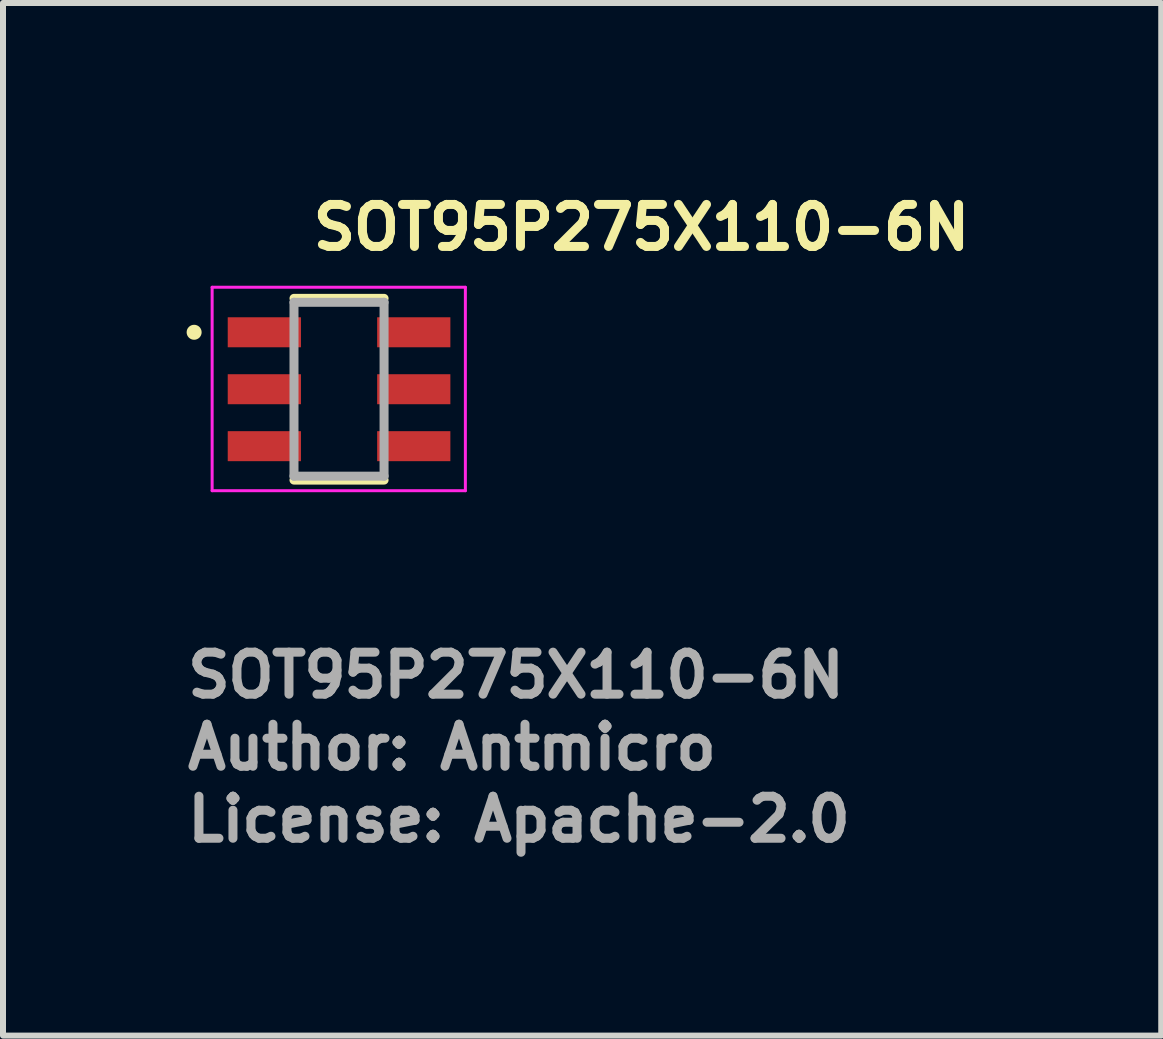
<source format=kicad_pcb>
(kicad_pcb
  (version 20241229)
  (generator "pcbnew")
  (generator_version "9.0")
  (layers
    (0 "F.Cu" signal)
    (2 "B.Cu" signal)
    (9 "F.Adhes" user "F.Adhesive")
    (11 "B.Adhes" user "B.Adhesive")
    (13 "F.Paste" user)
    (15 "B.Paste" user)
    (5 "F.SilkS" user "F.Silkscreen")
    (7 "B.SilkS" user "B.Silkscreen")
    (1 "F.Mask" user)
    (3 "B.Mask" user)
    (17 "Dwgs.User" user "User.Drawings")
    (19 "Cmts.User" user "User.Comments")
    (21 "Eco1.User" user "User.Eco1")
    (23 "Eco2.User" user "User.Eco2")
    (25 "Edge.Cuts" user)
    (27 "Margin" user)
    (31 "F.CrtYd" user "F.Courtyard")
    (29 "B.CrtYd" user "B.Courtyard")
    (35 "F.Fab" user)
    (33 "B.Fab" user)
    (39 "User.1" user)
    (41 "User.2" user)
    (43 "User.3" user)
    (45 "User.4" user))
  (footprint "SOT95P275X110-6N"
    (layer "F.Cu")
    (at 1.355 2.487)
    (property "Reference" "SOT95P275X110-6N" (at 0.736 -1.337 0) (layer "F.SilkS") (effects (font (size 0.7 0.7) (thickness 0.15)) (justify left bottom)))
    (attr smd)
    (fp_line (start 0.494 -0.565) (end 1.995 -0.565) (stroke (width 0.15) (type solid)) (layer "F.SilkS"))
    (fp_line (start 0.494 2.463) (end 1.995 2.463) (stroke (width 0.15) (type solid)) (layer "F.SilkS"))
    (fp_circle (center -1.17 0) (end -1.12 0) (stroke (width 0.15) (type solid)) (fill yes) (layer "F.SilkS"))
    (fp_line (start -0.87 -0.75) (end 3.35 -0.75) (stroke (width 0.05) (type solid)) (layer "F.CrtYd"))
    (fp_line (start -0.87 2.64) (end -0.87 -0.75) (stroke (width 0.05) (type solid)) (layer "F.CrtYd"))
    (fp_line (start 3.35 -0.75) (end 3.35 2.64) (stroke (width 0.05) (type solid)) (layer "F.CrtYd"))
    (fp_line (start 3.35 2.64) (end -0.87 2.64) (stroke (width 0.05) (type solid)) (layer "F.CrtYd"))
    (fp_line (start 0.494 -0.5) (end 1.995 -0.5) (stroke (width 0.15) (type solid)) (layer "F.Fab"))
    (fp_line (start 0.494 2.398) (end 0.494 -0.5) (stroke (width 0.15) (type solid)) (layer "F.Fab"))
    (fp_line (start 1.995 -0.5) (end 1.995 2.398) (stroke (width 0.15) (type solid)) (layer "F.Fab"))
    (fp_line (start 1.995 2.398) (end 0.494 2.398) (stroke (width 0.15) (type solid)) (layer "F.Fab"))
    (fp_rect (start -0.131 -0.5) (end 2.62 2.398) (stroke (width 0.1) (type solid)) (fill no) (layer "User.5"))
    (fp_line (start -0.131 -0.164) (end 0.062 -0.164) (stroke (width 0.02) (type solid)) (layer "User.9"))
    (fp_line (start -0.131 0.162) (end -0.131 -0.164) (stroke (width 0.02) (type solid)) (layer "User.9"))
    (fp_line (start -0.131 0.162) (end 0.062 0.162) (stroke (width 0.02) (type solid)) (layer "User.9"))
    (fp_line (start -0.131 0.787) (end 0.062 0.787) (stroke (width 0.02) (type solid)) (layer "User.9"))
    (fp_line (start -0.131 1.112) (end -0.131 0.787) (stroke (width 0.02) (type solid)) (layer "User.9"))
    (fp_line (start -0.131 1.112) (end 0.062 1.112) (stroke (width 0.02) (type solid)) (layer "User.9"))
    (fp_line (start -0.131 1.737) (end 0.062 1.737) (stroke (width 0.02) (type solid)) (layer "User.9"))
    (fp_line (start -0.131 2.061) (end -0.131 1.737) (stroke (width 0.02) (type solid)) (layer "User.9"))
    (fp_line (start -0.131 2.061) (end 0.062 2.061) (stroke (width 0.02) (type solid)) (layer "User.9"))
    (fp_line (start 0.062 -0.164) (end 0.107 -0.164) (stroke (width 0.02) (type solid)) (layer "User.9"))
    (fp_line (start 0.062 0.162) (end 0.107 0.162) (stroke (width 0.02) (type solid)) (layer "User.9"))
    (fp_line (start 0.062 0.787) (end 0.107 0.787) (stroke (width 0.02) (type solid)) (layer "User.9"))
    (fp_line (start 0.062 1.112) (end 0.107 1.112) (stroke (width 0.02) (type solid)) (layer "User.9"))
    (fp_line (start 0.062 1.737) (end 0.107 1.737) (stroke (width 0.02) (type solid)) (layer "User.9"))
    (fp_line (start 0.062 2.061) (end 0.107 2.061) (stroke (width 0.02) (type solid)) (layer "User.9"))
    (fp_line (start 0.107 -0.164) (end 0.318 -0.164) (stroke (width 0.02) (type solid)) (layer "User.9"))
    (fp_line (start 0.107 0.162) (end 0.318 0.162) (stroke (width 0.02) (type solid)) (layer "User.9"))
    (fp_line (start 0.107 0.787) (end 0.318 0.787) (stroke (width 0.02) (type solid)) (layer "User.9"))
    (fp_line (start 0.107 1.112) (end 0.318 1.112) (stroke (width 0.02) (type solid)) (layer "User.9"))
    (fp_line (start 0.107 1.737) (end 0.318 1.737) (stroke (width 0.02) (type solid)) (layer "User.9"))
    (fp_line (start 0.107 2.061) (end 0.318 2.061) (stroke (width 0.02) (type solid)) (layer "User.9"))
    (fp_line (start 0.318 -0.164) (end 0.526 -0.164) (stroke (width 0.02) (type solid)) (layer "User.9"))
    (fp_line (start 0.318 0.162) (end 0.526 0.162) (stroke (width 0.02) (type solid)) (layer "User.9"))
    (fp_line (start 0.318 0.787) (end 0.526 0.787) (stroke (width 0.02) (type solid)) (layer "User.9"))
    (fp_line (start 0.318 1.112) (end 0.526 1.112) (stroke (width 0.02) (type solid)) (layer "User.9"))
    (fp_line (start 0.318 1.737) (end 0.526 1.737) (stroke (width 0.02) (type solid)) (layer "User.9"))
    (fp_line (start 0.318 2.061) (end 0.526 2.061) (stroke (width 0.02) (type solid)) (layer "User.9"))
    (fp_line (start 0.494 -0.5) (end 0.494 -0.164) (stroke (width 0.02) (type solid)) (layer "User.9"))
    (fp_line (start 0.494 0.162) (end 0.494 0.787) (stroke (width 0.02) (type solid)) (layer "User.9"))
    (fp_line (start 0.494 1.112) (end 0.494 1.737) (stroke (width 0.02) (type solid)) (layer "User.9"))
    (fp_line (start 0.494 2.061) (end 0.494 2.398) (stroke (width 0.02) (type solid)) (layer "User.9"))
    (fp_line (start 0.526 0.162) (end 0.526 -0.164) (stroke (width 0.02) (type solid)) (layer "User.9"))
    (fp_line (start 0.526 1.112) (end 0.526 0.787) (stroke (width 0.02) (type solid)) (layer "User.9"))
    (fp_line (start 0.526 2.061) (end 0.526 1.737) (stroke (width 0.02) (type solid)) (layer "User.9"))
    (fp_line (start 0.583 -0.5) (end 0.494 -0.5) (stroke (width 0.02) (type solid)) (layer "User.9"))
    (fp_line (start 0.583 -0.5) (end 0.583 2.398) (stroke (width 0.02) (type solid)) (layer "User.9"))
    (fp_line (start 0.583 2.398) (end 0.494 2.398) (stroke (width 0.02) (type solid)) (layer "User.9"))
    (fp_line (start 0.686 -0.256) (end 0.686 -0.251) (stroke (width 0.02) (type solid)) (layer "User.9"))
    (fp_line (start 0.686 -0.256) (end 0.686 -0.251) (stroke (width 0.02) (type solid)) (layer "User.9"))
    (fp_line (start 0.686 -0.251) (end 0.686 -0.251) (stroke (width 0.02) (type solid)) (layer "User.9"))
    (fp_line (start 0.686 -0.251) (end 0.686 -0.251) (stroke (width 0.02) (type solid)) (layer "User.9"))
    (fp_line (start 0.686 -0.251) (end 0.686 -0.245) (stroke (width 0.02) (type solid)) (layer "User.9"))
    (fp_line (start 0.686 -0.251) (end 0.686 -0.245) (stroke (width 0.02) (type solid)) (layer "User.9"))
    (fp_line (start 0.686 -0.245) (end 0.687 -0.24) (stroke (width 0.02) (type solid)) (layer "User.9"))
    (fp_line (start 0.686 -0.245) (end 0.687 -0.24) (stroke (width 0.02) (type solid)) (layer "User.9"))
    (fp_line (start 0.687 -0.268) (end 0.687 -0.263) (stroke (width 0.02) (type solid)) (layer "User.9"))
    (fp_line (start 0.687 -0.268) (end 0.687 -0.263) (stroke (width 0.02) (type solid)) (layer "User.9"))
    (fp_line (start 0.687 -0.263) (end 0.686 -0.256) (stroke (width 0.02) (type solid)) (layer "User.9"))
    (fp_line (start 0.687 -0.263) (end 0.686 -0.256) (stroke (width 0.02) (type solid)) (layer "User.9"))
    (fp_line (start 0.687 -0.24) (end 0.687 -0.235) (stroke (width 0.02) (type solid)) (layer "User.9"))
    (fp_line (start 0.687 -0.24) (end 0.687 -0.235) (stroke (width 0.02) (type solid)) (layer "User.9"))
    (fp_line (start 0.687 -0.235) (end 0.688 -0.23) (stroke (width 0.02) (type solid)) (layer "User.9"))
    (fp_line (start 0.687 -0.235) (end 0.688 -0.23) (stroke (width 0.02) (type solid)) (layer "User.9"))
    (fp_line (start 0.688 -0.274) (end 0.687 -0.268) (stroke (width 0.02) (type solid)) (layer "User.9"))
    (fp_line (start 0.688 -0.274) (end 0.687 -0.268) (stroke (width 0.02) (type solid)) (layer "User.9"))
    (fp_line (start 0.688 -0.23) (end 0.689 -0.223) (stroke (width 0.02) (type solid)) (layer "User.9"))
    (fp_line (start 0.688 -0.23) (end 0.689 -0.223) (stroke (width 0.02) (type solid)) (layer "User.9"))
    (fp_line (start 0.689 -0.279) (end 0.688 -0.274) (stroke (width 0.02) (type solid)) (layer "User.9"))
    (fp_line (start 0.689 -0.279) (end 0.688 -0.274) (stroke (width 0.02) (type solid)) (layer "User.9"))
    (fp_line (start 0.689 -0.223) (end 0.691 -0.218) (stroke (width 0.02) (type solid)) (layer "User.9"))
    (fp_line (start 0.689 -0.223) (end 0.691 -0.218) (stroke (width 0.02) (type solid)) (layer "User.9"))
    (fp_line (start 0.691 -0.284) (end 0.689 -0.279) (stroke (width 0.02) (type solid)) (layer "User.9"))
    (fp_line (start 0.691 -0.284) (end 0.689 -0.279) (stroke (width 0.02) (type solid)) (layer "User.9"))
    (fp_line (start 0.691 -0.218) (end 0.693 -0.213) (stroke (width 0.02) (type solid)) (layer "User.9"))
    (fp_line (start 0.691 -0.218) (end 0.693 -0.213) (stroke (width 0.02) (type solid)) (layer "User.9"))
    (fp_line (start 0.693 -0.289) (end 0.691 -0.284) (stroke (width 0.02) (type solid)) (layer "User.9"))
    (fp_line (start 0.693 -0.289) (end 0.691 -0.284) (stroke (width 0.02) (type solid)) (layer "User.9"))
    (fp_line (start 0.693 -0.213) (end 0.695 -0.209) (stroke (width 0.02) (type solid)) (layer "User.9"))
    (fp_line (start 0.693 -0.213) (end 0.695 -0.209) (stroke (width 0.02) (type solid)) (layer "User.9"))
    (fp_line (start 0.695 -0.293) (end 0.693 -0.289) (stroke (width 0.02) (type solid)) (layer "User.9"))
    (fp_line (start 0.695 -0.293) (end 0.693 -0.289) (stroke (width 0.02) (type solid)) (layer "User.9"))
    (fp_line (start 0.695 -0.209) (end 0.697 -0.204) (stroke (width 0.02) (type solid)) (layer "User.9"))
    (fp_line (start 0.695 -0.209) (end 0.697 -0.204) (stroke (width 0.02) (type solid)) (layer "User.9"))
    (fp_line (start 0.697 -0.298) (end 0.695 -0.293) (stroke (width 0.02) (type solid)) (layer "User.9"))
    (fp_line (start 0.697 -0.298) (end 0.695 -0.293) (stroke (width 0.02) (type solid)) (layer "User.9"))
    (fp_line (start 0.697 -0.204) (end 0.699 -0.199) (stroke (width 0.02) (type solid)) (layer "User.9"))
    (fp_line (start 0.697 -0.204) (end 0.699 -0.199) (stroke (width 0.02) (type solid)) (layer "User.9"))
    (fp_line (start 0.699 -0.303) (end 0.697 -0.298) (stroke (width 0.02) (type solid)) (layer "User.9"))
    (fp_line (start 0.699 -0.303) (end 0.697 -0.298) (stroke (width 0.02) (type solid)) (layer "User.9"))
    (fp_line (start 0.699 -0.199) (end 0.702 -0.195) (stroke (width 0.02) (type solid)) (layer "User.9"))
    (fp_line (start 0.699 -0.199) (end 0.702 -0.195) (stroke (width 0.02) (type solid)) (layer "User.9"))
    (fp_line (start 0.702 -0.308) (end 0.699 -0.303) (stroke (width 0.02) (type solid)) (layer "User.9"))
    (fp_line (start 0.702 -0.308) (end 0.699 -0.303) (stroke (width 0.02) (type solid)) (layer "User.9"))
    (fp_line (start 0.702 -0.195) (end 0.704 -0.189) (stroke (width 0.02) (type solid)) (layer "User.9"))
    (fp_line (start 0.702 -0.195) (end 0.704 -0.189) (stroke (width 0.02) (type solid)) (layer "User.9"))
    (fp_line (start 0.704 -0.312) (end 0.702 -0.308) (stroke (width 0.02) (type solid)) (layer "User.9"))
    (fp_line (start 0.704 -0.312) (end 0.702 -0.308) (stroke (width 0.02) (type solid)) (layer "User.9"))
    (fp_line (start 0.704 -0.189) (end 0.707 -0.185) (stroke (width 0.02) (type solid)) (layer "User.9"))
    (fp_line (start 0.704 -0.189) (end 0.707 -0.185) (stroke (width 0.02) (type solid)) (layer "User.9"))
    (fp_line (start 0.707 -0.316) (end 0.704 -0.312) (stroke (width 0.02) (type solid)) (layer "User.9"))
    (fp_line (start 0.707 -0.316) (end 0.704 -0.312) (stroke (width 0.02) (type solid)) (layer "User.9"))
    (fp_line (start 0.707 -0.185) (end 0.71 -0.181) (stroke (width 0.02) (type solid)) (layer "User.9"))
    (fp_line (start 0.707 -0.185) (end 0.71 -0.181) (stroke (width 0.02) (type solid)) (layer "User.9"))
    (fp_line (start 0.71 -0.322) (end 0.707 -0.316) (stroke (width 0.02) (type solid)) (layer "User.9"))
    (fp_line (start 0.71 -0.322) (end 0.707 -0.316) (stroke (width 0.02) (type solid)) (layer "User.9"))
    (fp_line (start 0.71 -0.181) (end 0.713 -0.177) (stroke (width 0.02) (type solid)) (layer "User.9"))
    (fp_line (start 0.71 -0.181) (end 0.713 -0.177) (stroke (width 0.02) (type solid)) (layer "User.9"))
    (fp_line (start 0.713 -0.326) (end 0.71 -0.322) (stroke (width 0.02) (type solid)) (layer "User.9"))
    (fp_line (start 0.713 -0.326) (end 0.71 -0.322) (stroke (width 0.02) (type solid)) (layer "User.9"))
    (fp_line (start 0.713 -0.177) (end 0.717 -0.174) (stroke (width 0.02) (type solid)) (layer "User.9"))
    (fp_line (start 0.713 -0.177) (end 0.717 -0.174) (stroke (width 0.02) (type solid)) (layer "User.9"))
    (fp_line (start 0.717 -0.329) (end 0.713 -0.326) (stroke (width 0.02) (type solid)) (layer "User.9"))
    (fp_line (start 0.717 -0.329) (end 0.713 -0.326) (stroke (width 0.02) (type solid)) (layer "User.9"))
    (fp_line (start 0.717 -0.174) (end 0.721 -0.17) (stroke (width 0.02) (type solid)) (layer "User.9"))
    (fp_line (start 0.717 -0.174) (end 0.721 -0.17) (stroke (width 0.02) (type solid)) (layer "User.9"))
    (fp_line (start 0.721 -0.333) (end 0.717 -0.329) (stroke (width 0.02) (type solid)) (layer "User.9"))
    (fp_line (start 0.721 -0.333) (end 0.717 -0.329) (stroke (width 0.02) (type solid)) (layer "User.9"))
    (fp_line (start 0.721 -0.17) (end 0.725 -0.167) (stroke (width 0.02) (type solid)) (layer "User.9"))
    (fp_line (start 0.721 -0.17) (end 0.725 -0.167) (stroke (width 0.02) (type solid)) (layer "User.9"))
    (fp_line (start 0.725 -0.336) (end 0.721 -0.333) (stroke (width 0.02) (type solid)) (layer "User.9"))
    (fp_line (start 0.725 -0.336) (end 0.721 -0.333) (stroke (width 0.02) (type solid)) (layer "User.9"))
    (fp_line (start 0.725 -0.167) (end 0.729 -0.164) (stroke (width 0.02) (type solid)) (layer "User.9"))
    (fp_line (start 0.725 -0.167) (end 0.729 -0.164) (stroke (width 0.02) (type solid)) (layer "User.9"))
    (fp_line (start 0.729 -0.34) (end 0.725 -0.336) (stroke (width 0.02) (type solid)) (layer "User.9"))
    (fp_line (start 0.729 -0.34) (end 0.725 -0.336) (stroke (width 0.02) (type solid)) (layer "User.9"))
    (fp_line (start 0.729 -0.164) (end 0.733 -0.16) (stroke (width 0.02) (type solid)) (layer "User.9"))
    (fp_line (start 0.729 -0.164) (end 0.733 -0.16) (stroke (width 0.02) (type solid)) (layer "User.9"))
    (fp_line (start 0.733 -0.343) (end 0.729 -0.34) (stroke (width 0.02) (type solid)) (layer "User.9"))
    (fp_line (start 0.733 -0.343) (end 0.729 -0.34) (stroke (width 0.02) (type solid)) (layer "User.9"))
    (fp_line (start 0.733 -0.16) (end 0.738 -0.157) (stroke (width 0.02) (type solid)) (layer "User.9"))
    (fp_line (start 0.733 -0.16) (end 0.738 -0.157) (stroke (width 0.02) (type solid)) (layer "User.9"))
    (fp_line (start 0.738 -0.346) (end 0.733 -0.343) (stroke (width 0.02) (type solid)) (layer "User.9"))
    (fp_line (start 0.738 -0.346) (end 0.733 -0.343) (stroke (width 0.02) (type solid)) (layer "User.9"))
    (fp_line (start 0.738 -0.157) (end 0.742 -0.154) (stroke (width 0.02) (type solid)) (layer "User.9"))
    (fp_line (start 0.738 -0.157) (end 0.742 -0.154) (stroke (width 0.02) (type solid)) (layer "User.9"))
    (fp_line (start 0.742 -0.348) (end 0.738 -0.346) (stroke (width 0.02) (type solid)) (layer "User.9"))
    (fp_line (start 0.742 -0.348) (end 0.738 -0.346) (stroke (width 0.02) (type solid)) (layer "User.9"))
    (fp_line (start 0.742 -0.154) (end 0.747 -0.152) (stroke (width 0.02) (type solid)) (layer "User.9"))
    (fp_line (start 0.742 -0.154) (end 0.747 -0.152) (stroke (width 0.02) (type solid)) (layer "User.9"))
    (fp_line (start 0.747 -0.351) (end 0.742 -0.348) (stroke (width 0.02) (type solid)) (layer "User.9"))
    (fp_line (start 0.747 -0.351) (end 0.742 -0.348) (stroke (width 0.02) (type solid)) (layer "User.9"))
    (fp_line (start 0.747 -0.152) (end 0.752 -0.149) (stroke (width 0.02) (type solid)) (layer "User.9"))
    (fp_line (start 0.747 -0.152) (end 0.752 -0.149) (stroke (width 0.02) (type solid)) (layer "User.9"))
    (fp_line (start 0.752 -0.352) (end 0.747 -0.351) (stroke (width 0.02) (type solid)) (layer "User.9"))
    (fp_line (start 0.752 -0.352) (end 0.747 -0.351) (stroke (width 0.02) (type solid)) (layer "User.9"))
    (fp_line (start 0.752 -0.149) (end 0.757 -0.147) (stroke (width 0.02) (type solid)) (layer "User.9"))
    (fp_line (start 0.752 -0.149) (end 0.757 -0.147) (stroke (width 0.02) (type solid)) (layer "User.9"))
    (fp_line (start 0.757 -0.354) (end 0.752 -0.352) (stroke (width 0.02) (type solid)) (layer "User.9"))
    (fp_line (start 0.757 -0.354) (end 0.752 -0.352) (stroke (width 0.02) (type solid)) (layer "User.9"))
    (fp_line (start 0.757 -0.147) (end 0.762 -0.146) (stroke (width 0.02) (type solid)) (layer "User.9"))
    (fp_line (start 0.757 -0.147) (end 0.762 -0.146) (stroke (width 0.02) (type solid)) (layer "User.9"))
    (fp_line (start 0.762 -0.356) (end 0.757 -0.354) (stroke (width 0.02) (type solid)) (layer "User.9"))
    (fp_line (start 0.762 -0.356) (end 0.757 -0.354) (stroke (width 0.02) (type solid)) (layer "User.9"))
    (fp_line (start 0.762 -0.146) (end 0.768 -0.145) (stroke (width 0.02) (type solid)) (layer "User.9"))
    (fp_line (start 0.762 -0.146) (end 0.768 -0.145) (stroke (width 0.02) (type solid)) (layer "User.9"))
    (fp_line (start 0.768 -0.357) (end 0.762 -0.356) (stroke (width 0.02) (type solid)) (layer "User.9"))
    (fp_line (start 0.768 -0.357) (end 0.762 -0.356) (stroke (width 0.02) (type solid)) (layer "User.9"))
    (fp_line (start 0.768 -0.145) (end 0.773 -0.144) (stroke (width 0.02) (type solid)) (layer "User.9"))
    (fp_line (start 0.768 -0.145) (end 0.773 -0.144) (stroke (width 0.02) (type solid)) (layer "User.9"))
    (fp_line (start 0.773 -0.359) (end 0.768 -0.357) (stroke (width 0.02) (type solid)) (layer "User.9"))
    (fp_line (start 0.773 -0.359) (end 0.768 -0.357) (stroke (width 0.02) (type solid)) (layer "User.9"))
    (fp_line (start 0.773 -0.144) (end 0.779 -0.143) (stroke (width 0.02) (type solid)) (layer "User.9"))
    (fp_line (start 0.773 -0.144) (end 0.779 -0.143) (stroke (width 0.02) (type solid)) (layer "User.9"))
    (fp_line (start 0.779 -0.36) (end 0.773 -0.359) (stroke (width 0.02) (type solid)) (layer "User.9"))
    (fp_line (start 0.779 -0.36) (end 0.773 -0.359) (stroke (width 0.02) (type solid)) (layer "User.9"))
    (fp_line (start 0.779 -0.143) (end 0.784 -0.142) (stroke (width 0.02) (type solid)) (layer "User.9"))
    (fp_line (start 0.779 -0.143) (end 0.784 -0.142) (stroke (width 0.02) (type solid)) (layer "User.9"))
    (fp_line (start 0.784 -0.36) (end 0.779 -0.36) (stroke (width 0.02) (type solid)) (layer "User.9"))
    (fp_line (start 0.784 -0.36) (end 0.779 -0.36) (stroke (width 0.02) (type solid)) (layer "User.9"))
    (fp_line (start 0.784 -0.142) (end 0.79 -0.142) (stroke (width 0.02) (type solid)) (layer "User.9"))
    (fp_line (start 0.784 -0.142) (end 0.79 -0.142) (stroke (width 0.02) (type solid)) (layer "User.9"))
    (fp_line (start 0.79 -0.361) (end 0.784 -0.36) (stroke (width 0.02) (type solid)) (layer "User.9"))
    (fp_line (start 0.79 -0.361) (end 0.784 -0.36) (stroke (width 0.02) (type solid)) (layer "User.9"))
    (fp_line (start 0.79 -0.142) (end 0.795 -0.141) (stroke (width 0.02) (type solid)) (layer "User.9"))
    (fp_line (start 0.79 -0.142) (end 0.795 -0.141) (stroke (width 0.02) (type solid)) (layer "User.9"))
    (fp_line (start 0.795 -0.361) (end 0.79 -0.361) (stroke (width 0.02) (type solid)) (layer "User.9"))
    (fp_line (start 0.795 -0.361) (end 0.79 -0.361) (stroke (width 0.02) (type solid)) (layer "User.9"))
    (fp_line (start 0.795 -0.141) (end 0.801 -0.142) (stroke (width 0.02) (type solid)) (layer "User.9"))
    (fp_line (start 0.795 -0.141) (end 0.801 -0.142) (stroke (width 0.02) (type solid)) (layer "User.9"))
    (fp_line (start 0.801 -0.361) (end 0.795 -0.361) (stroke (width 0.02) (type solid)) (layer "User.9"))
    (fp_line (start 0.801 -0.361) (end 0.795 -0.361) (stroke (width 0.02) (type solid)) (layer "User.9"))
    (fp_line (start 0.801 -0.142) (end 0.807 -0.142) (stroke (width 0.02) (type solid)) (layer "User.9"))
    (fp_line (start 0.801 -0.142) (end 0.807 -0.142) (stroke (width 0.02) (type solid)) (layer "User.9"))
    (fp_line (start 0.807 -0.36) (end 0.801 -0.361) (stroke (width 0.02) (type solid)) (layer "User.9"))
    (fp_line (start 0.807 -0.36) (end 0.801 -0.361) (stroke (width 0.02) (type solid)) (layer "User.9"))
    (fp_line (start 0.807 -0.142) (end 0.812 -0.143) (stroke (width 0.02) (type solid)) (layer "User.9"))
    (fp_line (start 0.807 -0.142) (end 0.812 -0.143) (stroke (width 0.02) (type solid)) (layer "User.9"))
    (fp_line (start 0.812 -0.36) (end 0.807 -0.36) (stroke (width 0.02) (type solid)) (layer "User.9"))
    (fp_line (start 0.812 -0.36) (end 0.807 -0.36) (stroke (width 0.02) (type solid)) (layer "User.9"))
    (fp_line (start 0.812 -0.143) (end 0.817 -0.144) (stroke (width 0.02) (type solid)) (layer "User.9"))
    (fp_line (start 0.812 -0.143) (end 0.817 -0.144) (stroke (width 0.02) (type solid)) (layer "User.9"))
    (fp_line (start 0.817 -0.359) (end 0.812 -0.36) (stroke (width 0.02) (type solid)) (layer "User.9"))
    (fp_line (start 0.817 -0.359) (end 0.812 -0.36) (stroke (width 0.02) (type solid)) (layer "User.9"))
    (fp_line (start 0.817 -0.144) (end 0.823 -0.145) (stroke (width 0.02) (type solid)) (layer "User.9"))
    (fp_line (start 0.817 -0.144) (end 0.823 -0.145) (stroke (width 0.02) (type solid)) (layer "User.9"))
    (fp_line (start 0.823 -0.357) (end 0.817 -0.359) (stroke (width 0.02) (type solid)) (layer "User.9"))
    (fp_line (start 0.823 -0.357) (end 0.817 -0.359) (stroke (width 0.02) (type solid)) (layer "User.9"))
    (fp_line (start 0.823 -0.145) (end 0.828 -0.146) (stroke (width 0.02) (type solid)) (layer "User.9"))
    (fp_line (start 0.823 -0.145) (end 0.828 -0.146) (stroke (width 0.02) (type solid)) (layer "User.9"))
    (fp_line (start 0.828 -0.356) (end 0.823 -0.357) (stroke (width 0.02) (type solid)) (layer "User.9"))
    (fp_line (start 0.828 -0.356) (end 0.823 -0.357) (stroke (width 0.02) (type solid)) (layer "User.9"))
    (fp_line (start 0.828 -0.146) (end 0.832 -0.147) (stroke (width 0.02) (type solid)) (layer "User.9"))
    (fp_line (start 0.828 -0.146) (end 0.832 -0.147) (stroke (width 0.02) (type solid)) (layer "User.9"))
    (fp_line (start 0.832 -0.354) (end 0.828 -0.356) (stroke (width 0.02) (type solid)) (layer "User.9"))
    (fp_line (start 0.832 -0.354) (end 0.828 -0.356) (stroke (width 0.02) (type solid)) (layer "User.9"))
    (fp_line (start 0.832 -0.147) (end 0.837 -0.149) (stroke (width 0.02) (type solid)) (layer "User.9"))
    (fp_line (start 0.832 -0.147) (end 0.837 -0.149) (stroke (width 0.02) (type solid)) (layer "User.9"))
    (fp_line (start 0.837 -0.352) (end 0.832 -0.354) (stroke (width 0.02) (type solid)) (layer "User.9"))
    (fp_line (start 0.837 -0.352) (end 0.832 -0.354) (stroke (width 0.02) (type solid)) (layer "User.9"))
    (fp_line (start 0.837 -0.149) (end 0.842 -0.152) (stroke (width 0.02) (type solid)) (layer "User.9"))
    (fp_line (start 0.837 -0.149) (end 0.842 -0.152) (stroke (width 0.02) (type solid)) (layer "User.9"))
    (fp_line (start 0.842 -0.351) (end 0.837 -0.352) (stroke (width 0.02) (type solid)) (layer "User.9"))
    (fp_line (start 0.842 -0.351) (end 0.837 -0.352) (stroke (width 0.02) (type solid)) (layer "User.9"))
    (fp_line (start 0.842 -0.152) (end 0.847 -0.154) (stroke (width 0.02) (type solid)) (layer "User.9"))
    (fp_line (start 0.842 -0.152) (end 0.847 -0.154) (stroke (width 0.02) (type solid)) (layer "User.9"))
    (fp_line (start 0.847 -0.348) (end 0.842 -0.351) (stroke (width 0.02) (type solid)) (layer "User.9"))
    (fp_line (start 0.847 -0.348) (end 0.842 -0.351) (stroke (width 0.02) (type solid)) (layer "User.9"))
    (fp_line (start 0.847 -0.154) (end 0.851 -0.157) (stroke (width 0.02) (type solid)) (layer "User.9"))
    (fp_line (start 0.847 -0.154) (end 0.851 -0.157) (stroke (width 0.02) (type solid)) (layer "User.9"))
    (fp_line (start 0.851 -0.346) (end 0.847 -0.348) (stroke (width 0.02) (type solid)) (layer "User.9"))
    (fp_line (start 0.851 -0.346) (end 0.847 -0.348) (stroke (width 0.02) (type solid)) (layer "User.9"))
    (fp_line (start 0.851 -0.157) (end 0.856 -0.16) (stroke (width 0.02) (type solid)) (layer "User.9"))
    (fp_line (start 0.851 -0.157) (end 0.856 -0.16) (stroke (width 0.02) (type solid)) (layer "User.9"))
    (fp_line (start 0.856 -0.343) (end 0.851 -0.346) (stroke (width 0.02) (type solid)) (layer "User.9"))
    (fp_line (start 0.856 -0.343) (end 0.851 -0.346) (stroke (width 0.02) (type solid)) (layer "User.9"))
    (fp_line (start 0.856 -0.16) (end 0.86 -0.164) (stroke (width 0.02) (type solid)) (layer "User.9"))
    (fp_line (start 0.856 -0.16) (end 0.86 -0.164) (stroke (width 0.02) (type solid)) (layer "User.9"))
    (fp_line (start 0.86 -0.34) (end 0.856 -0.343) (stroke (width 0.02) (type solid)) (layer "User.9"))
    (fp_line (start 0.86 -0.34) (end 0.856 -0.343) (stroke (width 0.02) (type solid)) (layer "User.9"))
    (fp_line (start 0.86 -0.164) (end 0.864 -0.167) (stroke (width 0.02) (type solid)) (layer "User.9"))
    (fp_line (start 0.86 -0.164) (end 0.864 -0.167) (stroke (width 0.02) (type solid)) (layer "User.9"))
    (fp_line (start 0.864 -0.336) (end 0.86 -0.34) (stroke (width 0.02) (type solid)) (layer "User.9"))
    (fp_line (start 0.864 -0.336) (end 0.86 -0.34) (stroke (width 0.02) (type solid)) (layer "User.9"))
    (fp_line (start 0.864 -0.167) (end 0.868 -0.17) (stroke (width 0.02) (type solid)) (layer "User.9"))
    (fp_line (start 0.864 -0.167) (end 0.868 -0.17) (stroke (width 0.02) (type solid)) (layer "User.9"))
    (fp_line (start 0.868 -0.333) (end 0.864 -0.336) (stroke (width 0.02) (type solid)) (layer "User.9"))
    (fp_line (start 0.868 -0.333) (end 0.864 -0.336) (stroke (width 0.02) (type solid)) (layer "User.9"))
    (fp_line (start 0.868 -0.17) (end 0.872 -0.174) (stroke (width 0.02) (type solid)) (layer "User.9"))
    (fp_line (start 0.868 -0.17) (end 0.872 -0.174) (stroke (width 0.02) (type solid)) (layer "User.9"))
    (fp_line (start 0.872 -0.329) (end 0.868 -0.333) (stroke (width 0.02) (type solid)) (layer "User.9"))
    (fp_line (start 0.872 -0.329) (end 0.868 -0.333) (stroke (width 0.02) (type solid)) (layer "User.9"))
    (fp_line (start 0.872 -0.174) (end 0.875 -0.177) (stroke (width 0.02) (type solid)) (layer "User.9"))
    (fp_line (start 0.872 -0.174) (end 0.875 -0.177) (stroke (width 0.02) (type solid)) (layer "User.9"))
    (fp_line (start 0.875 -0.326) (end 0.872 -0.329) (stroke (width 0.02) (type solid)) (layer "User.9"))
    (fp_line (start 0.875 -0.326) (end 0.872 -0.329) (stroke (width 0.02) (type solid)) (layer "User.9"))
    (fp_line (start 0.875 -0.177) (end 0.879 -0.181) (stroke (width 0.02) (type solid)) (layer "User.9"))
    (fp_line (start 0.875 -0.177) (end 0.879 -0.181) (stroke (width 0.02) (type solid)) (layer "User.9"))
    (fp_line (start 0.879 -0.322) (end 0.875 -0.326) (stroke (width 0.02) (type solid)) (layer "User.9"))
    (fp_line (start 0.879 -0.322) (end 0.875 -0.326) (stroke (width 0.02) (type solid)) (layer "User.9"))
    (fp_line (start 0.879 -0.181) (end 0.882 -0.185) (stroke (width 0.02) (type solid)) (layer "User.9"))
    (fp_line (start 0.879 -0.181) (end 0.882 -0.185) (stroke (width 0.02) (type solid)) (layer "User.9"))
    (fp_line (start 0.882 -0.316) (end 0.879 -0.322) (stroke (width 0.02) (type solid)) (layer "User.9"))
    (fp_line (start 0.882 -0.316) (end 0.879 -0.322) (stroke (width 0.02) (type solid)) (layer "User.9"))
    (fp_line (start 0.882 -0.185) (end 0.885 -0.189) (stroke (width 0.02) (type solid)) (layer "User.9"))
    (fp_line (start 0.882 -0.185) (end 0.885 -0.189) (stroke (width 0.02) (type solid)) (layer "User.9"))
    (fp_line (start 0.885 -0.312) (end 0.882 -0.316) (stroke (width 0.02) (type solid)) (layer "User.9"))
    (fp_line (start 0.885 -0.312) (end 0.882 -0.316) (stroke (width 0.02) (type solid)) (layer "User.9"))
    (fp_line (start 0.885 -0.189) (end 0.888 -0.195) (stroke (width 0.02) (type solid)) (layer "User.9"))
    (fp_line (start 0.885 -0.189) (end 0.888 -0.195) (stroke (width 0.02) (type solid)) (layer "User.9"))
    (fp_line (start 0.888 -0.308) (end 0.885 -0.312) (stroke (width 0.02) (type solid)) (layer "User.9"))
    (fp_line (start 0.888 -0.308) (end 0.885 -0.312) (stroke (width 0.02) (type solid)) (layer "User.9"))
    (fp_line (start 0.888 -0.195) (end 0.891 -0.199) (stroke (width 0.02) (type solid)) (layer "User.9"))
    (fp_line (start 0.888 -0.195) (end 0.891 -0.199) (stroke (width 0.02) (type solid)) (layer "User.9"))
    (fp_line (start 0.891 -0.303) (end 0.888 -0.308) (stroke (width 0.02) (type solid)) (layer "User.9"))
    (fp_line (start 0.891 -0.303) (end 0.888 -0.308) (stroke (width 0.02) (type solid)) (layer "User.9"))
    (fp_line (start 0.891 -0.199) (end 0.893 -0.204) (stroke (width 0.02) (type solid)) (layer "User.9"))
    (fp_line (start 0.891 -0.199) (end 0.893 -0.204) (stroke (width 0.02) (type solid)) (layer "User.9"))
    (fp_line (start 0.893 -0.298) (end 0.891 -0.303) (stroke (width 0.02) (type solid)) (layer "User.9"))
    (fp_line (start 0.893 -0.298) (end 0.891 -0.303) (stroke (width 0.02) (type solid)) (layer "User.9"))
    (fp_line (start 0.893 -0.204) (end 0.896 -0.209) (stroke (width 0.02) (type solid)) (layer "User.9"))
    (fp_line (start 0.893 -0.204) (end 0.896 -0.209) (stroke (width 0.02) (type solid)) (layer "User.9"))
    (fp_line (start 0.896 -0.293) (end 0.893 -0.298) (stroke (width 0.02) (type solid)) (layer "User.9"))
    (fp_line (start 0.896 -0.293) (end 0.893 -0.298) (stroke (width 0.02) (type solid)) (layer "User.9"))
    (fp_line (start 0.896 -0.209) (end 0.898 -0.213) (stroke (width 0.02) (type solid)) (layer "User.9"))
    (fp_line (start 0.896 -0.209) (end 0.898 -0.213) (stroke (width 0.02) (type solid)) (layer "User.9"))
    (fp_line (start 0.898 -0.289) (end 0.896 -0.293) (stroke (width 0.02) (type solid)) (layer "User.9"))
    (fp_line (start 0.898 -0.289) (end 0.896 -0.293) (stroke (width 0.02) (type solid)) (layer "User.9"))
    (fp_line (start 0.898 -0.213) (end 0.9 -0.218) (stroke (width 0.02) (type solid)) (layer "User.9"))
    (fp_line (start 0.898 -0.213) (end 0.9 -0.218) (stroke (width 0.02) (type solid)) (layer "User.9"))
    (fp_line (start 0.9 -0.284) (end 0.898 -0.289) (stroke (width 0.02) (type solid)) (layer "User.9"))
    (fp_line (start 0.9 -0.284) (end 0.898 -0.289) (stroke (width 0.02) (type solid)) (layer "User.9"))
    (fp_line (start 0.9 -0.218) (end 0.901 -0.223) (stroke (width 0.02) (type solid)) (layer "User.9"))
    (fp_line (start 0.9 -0.218) (end 0.901 -0.223) (stroke (width 0.02) (type solid)) (layer "User.9"))
    (fp_line (start 0.901 -0.279) (end 0.9 -0.284) (stroke (width 0.02) (type solid)) (layer "User.9"))
    (fp_line (start 0.901 -0.279) (end 0.9 -0.284) (stroke (width 0.02) (type solid)) (layer "User.9"))
    (fp_line (start 0.901 -0.223) (end 0.903 -0.23) (stroke (width 0.02) (type solid)) (layer "User.9"))
    (fp_line (start 0.901 -0.223) (end 0.903 -0.23) (stroke (width 0.02) (type solid)) (layer "User.9"))
    (fp_line (start 0.903 -0.274) (end 0.901 -0.279) (stroke (width 0.02) (type solid)) (layer "User.9"))
    (fp_line (start 0.903 -0.274) (end 0.901 -0.279) (stroke (width 0.02) (type solid)) (layer "User.9"))
    (fp_line (start 0.903 -0.23) (end 0.904 -0.235) (stroke (width 0.02) (type solid)) (layer "User.9"))
    (fp_line (start 0.903 -0.23) (end 0.904 -0.235) (stroke (width 0.02) (type solid)) (layer "User.9"))
    (fp_line (start 0.904 -0.268) (end 0.903 -0.274) (stroke (width 0.02) (type solid)) (layer "User.9"))
    (fp_line (start 0.904 -0.268) (end 0.903 -0.274) (stroke (width 0.02) (type solid)) (layer "User.9"))
    (fp_line (start 0.904 -0.263) (end 0.904 -0.268) (stroke (width 0.02) (type solid)) (layer "User.9"))
    (fp_line (start 0.904 -0.263) (end 0.904 -0.268) (stroke (width 0.02) (type solid)) (layer "User.9"))
    (fp_line (start 0.904 -0.24) (end 0.905 -0.245) (stroke (width 0.02) (type solid)) (layer "User.9"))
    (fp_line (start 0.904 -0.24) (end 0.905 -0.245) (stroke (width 0.02) (type solid)) (layer "User.9"))
    (fp_line (start 0.904 -0.235) (end 0.904 -0.24) (stroke (width 0.02) (type solid)) (layer "User.9"))
    (fp_line (start 0.904 -0.235) (end 0.904 -0.24) (stroke (width 0.02) (type solid)) (layer "User.9"))
    (fp_line (start 0.905 -0.256) (end 0.904 -0.263) (stroke (width 0.02) (type solid)) (layer "User.9"))
    (fp_line (start 0.905 -0.256) (end 0.904 -0.263) (stroke (width 0.02) (type solid)) (layer "User.9"))
    (fp_line (start 0.905 -0.251) (end 0.905 -0.256) (stroke (width 0.02) (type solid)) (layer "User.9"))
    (fp_line (start 0.905 -0.251) (end 0.905 -0.256) (stroke (width 0.02) (type solid)) (layer "User.9"))
    (fp_line (start 0.905 -0.251) (end 0.905 -0.251) (stroke (width 0.02) (type solid)) (layer "User.9"))
    (fp_line (start 0.905 -0.251) (end 0.905 -0.251) (stroke (width 0.02) (type solid)) (layer "User.9"))
    (fp_line (start 0.905 -0.245) (end 0.905 -0.251) (stroke (width 0.02) (type solid)) (layer "User.9"))
    (fp_line (start 0.905 -0.245) (end 0.905 -0.251) (stroke (width 0.02) (type solid)) (layer "User.9"))
    (fp_line (start 1.904 -0.5) (end 0.583 -0.5) (stroke (width 0.02) (type solid)) (layer "User.9"))
    (fp_line (start 1.904 2.398) (end 0.583 2.398) (stroke (width 0.02) (type solid)) (layer "User.9"))
    (fp_line (start 1.904 2.398) (end 1.904 -0.5) (stroke (width 0.02) (type solid)) (layer "User.9"))
    (fp_line (start 1.963 0.162) (end 1.963 -0.164) (stroke (width 0.02) (type solid)) (layer "User.9"))
    (fp_line (start 1.963 1.112) (end 1.963 0.787) (stroke (width 0.02) (type solid)) (layer "User.9"))
    (fp_line (start 1.963 2.061) (end 1.963 1.737) (stroke (width 0.02) (type solid)) (layer "User.9"))
    (fp_line (start 1.995 -0.5) (end 1.904 -0.5) (stroke (width 0.02) (type solid)) (layer "User.9"))
    (fp_line (start 1.995 -0.164) (end 1.995 -0.5) (stroke (width 0.02) (type solid)) (layer "User.9"))
    (fp_line (start 1.995 0.787) (end 1.995 0.162) (stroke (width 0.02) (type solid)) (layer "User.9"))
    (fp_line (start 1.995 1.737) (end 1.995 1.112) (stroke (width 0.02) (type solid)) (layer "User.9"))
    (fp_line (start 1.995 2.398) (end 1.904 2.398) (stroke (width 0.02) (type solid)) (layer "User.9"))
    (fp_line (start 1.995 2.398) (end 1.995 2.061) (stroke (width 0.02) (type solid)) (layer "User.9"))
    (fp_line (start 2.169 -0.164) (end 1.963 -0.164) (stroke (width 0.02) (type solid)) (layer "User.9"))
    (fp_line (start 2.169 0.162) (end 1.963 0.162) (stroke (width 0.02) (type solid)) (layer "User.9"))
    (fp_line (start 2.169 0.787) (end 1.963 0.787) (stroke (width 0.02) (type solid)) (layer "User.9"))
    (fp_line (start 2.169 1.112) (end 1.963 1.112) (stroke (width 0.02) (type solid)) (layer "User.9"))
    (fp_line (start 2.169 1.737) (end 1.963 1.737) (stroke (width 0.02) (type solid)) (layer "User.9"))
    (fp_line (start 2.169 2.061) (end 1.963 2.061) (stroke (width 0.02) (type solid)) (layer "User.9"))
    (fp_line (start 2.381 -0.164) (end 2.169 -0.164) (stroke (width 0.02) (type solid)) (layer "User.9"))
    (fp_line (start 2.381 0.162) (end 2.169 0.162) (stroke (width 0.02) (type solid)) (layer "User.9"))
    (fp_line (start 2.381 0.787) (end 2.169 0.787) (stroke (width 0.02) (type solid)) (layer "User.9"))
    (fp_line (start 2.381 1.112) (end 2.169 1.112) (stroke (width 0.02) (type solid)) (layer "User.9"))
    (fp_line (start 2.381 1.737) (end 2.169 1.737) (stroke (width 0.02) (type solid)) (layer "User.9"))
    (fp_line (start 2.381 2.061) (end 2.169 2.061) (stroke (width 0.02) (type solid)) (layer "User.9"))
    (fp_line (start 2.426 -0.164) (end 2.381 -0.164) (stroke (width 0.02) (type solid)) (layer "User.9"))
    (fp_line (start 2.426 0.162) (end 2.381 0.162) (stroke (width 0.02) (type solid)) (layer "User.9"))
    (fp_line (start 2.426 0.787) (end 2.381 0.787) (stroke (width 0.02) (type solid)) (layer "User.9"))
    (fp_line (start 2.426 1.112) (end 2.381 1.112) (stroke (width 0.02) (type solid)) (layer "User.9"))
    (fp_line (start 2.426 1.737) (end 2.381 1.737) (stroke (width 0.02) (type solid)) (layer "User.9"))
    (fp_line (start 2.426 2.061) (end 2.381 2.061) (stroke (width 0.02) (type solid)) (layer "User.9"))
    (fp_line (start 2.62 -0.164) (end 2.426 -0.164) (stroke (width 0.02) (type solid)) (layer "User.9"))
    (fp_line (start 2.62 0.162) (end 2.426 0.162) (stroke (width 0.02) (type solid)) (layer "User.9"))
    (fp_line (start 2.62 0.162) (end 2.62 -0.164) (stroke (width 0.02) (type solid)) (layer "User.9"))
    (fp_line (start 2.62 0.787) (end 2.426 0.787) (stroke (width 0.02) (type solid)) (layer "User.9"))
    (fp_line (start 2.62 1.112) (end 2.426 1.112) (stroke (width 0.02) (type solid)) (layer "User.9"))
    (fp_line (start 2.62 1.112) (end 2.62 0.787) (stroke (width 0.02) (type solid)) (layer "User.9"))
    (fp_line (start 2.62 1.737) (end 2.426 1.737) (stroke (width 0.02) (type solid)) (layer "User.9"))
    (fp_line (start 2.62 2.061) (end 2.426 2.061) (stroke (width 0.02) (type solid)) (layer "User.9"))
    (fp_line (start 2.62 2.061) (end 2.62 1.737) (stroke (width 0.02) (type solid)) (layer "User.9"))
    (fp_text user "License: Apache-2.0" (at -1.355 8.525 0) (layer "F.Fab") (effects (font (size 0.7 0.7) (thickness 0.15)) (justify left bottom)))
    (fp_text user "Author: Antmicro" (at -1.355 7.325 0) (layer "F.Fab") (effects (font (size 0.7 0.7) (thickness 0.15)) (justify left bottom)))
    (fp_text user "${REFERENCE}" (at -1.355 6.124 0) (layer "F.Fab") (effects (font (size 0.7 0.7) (thickness 0.15)) (justify left bottom)))
    (pad "1" smd rect (at 0 0) (size 1.22 0.5) (layers "F.Cu" "F.Mask" "F.Paste"))
    (pad "2" smd rect (at 0 0.949) (size 1.22 0.5) (layers "F.Cu" "F.Mask" "F.Paste"))
    (pad "3" smd rect (at 0 1.898) (size 1.22 0.5) (layers "F.Cu" "F.Mask" "F.Paste"))
    (pad "4" smd rect (at 2.49 1.898) (size 1.22 0.5) (layers "F.Cu" "F.Mask" "F.Paste"))
    (pad "5" smd rect (at 2.49 0.949) (size 1.22 0.5) (layers "F.Cu" "F.Mask" "F.Paste"))
    (pad "6" smd rect (at 2.49 0) (size 1.22 0.5) (layers "F.Cu" "F.Mask" "F.Paste")))
  (gr_rect
    (start -3 -3)
    (end 16.301 14.207)
    (stroke (width 0.1) (type default))
    (fill no)
    (layer "Edge.Cuts")))
</source>
